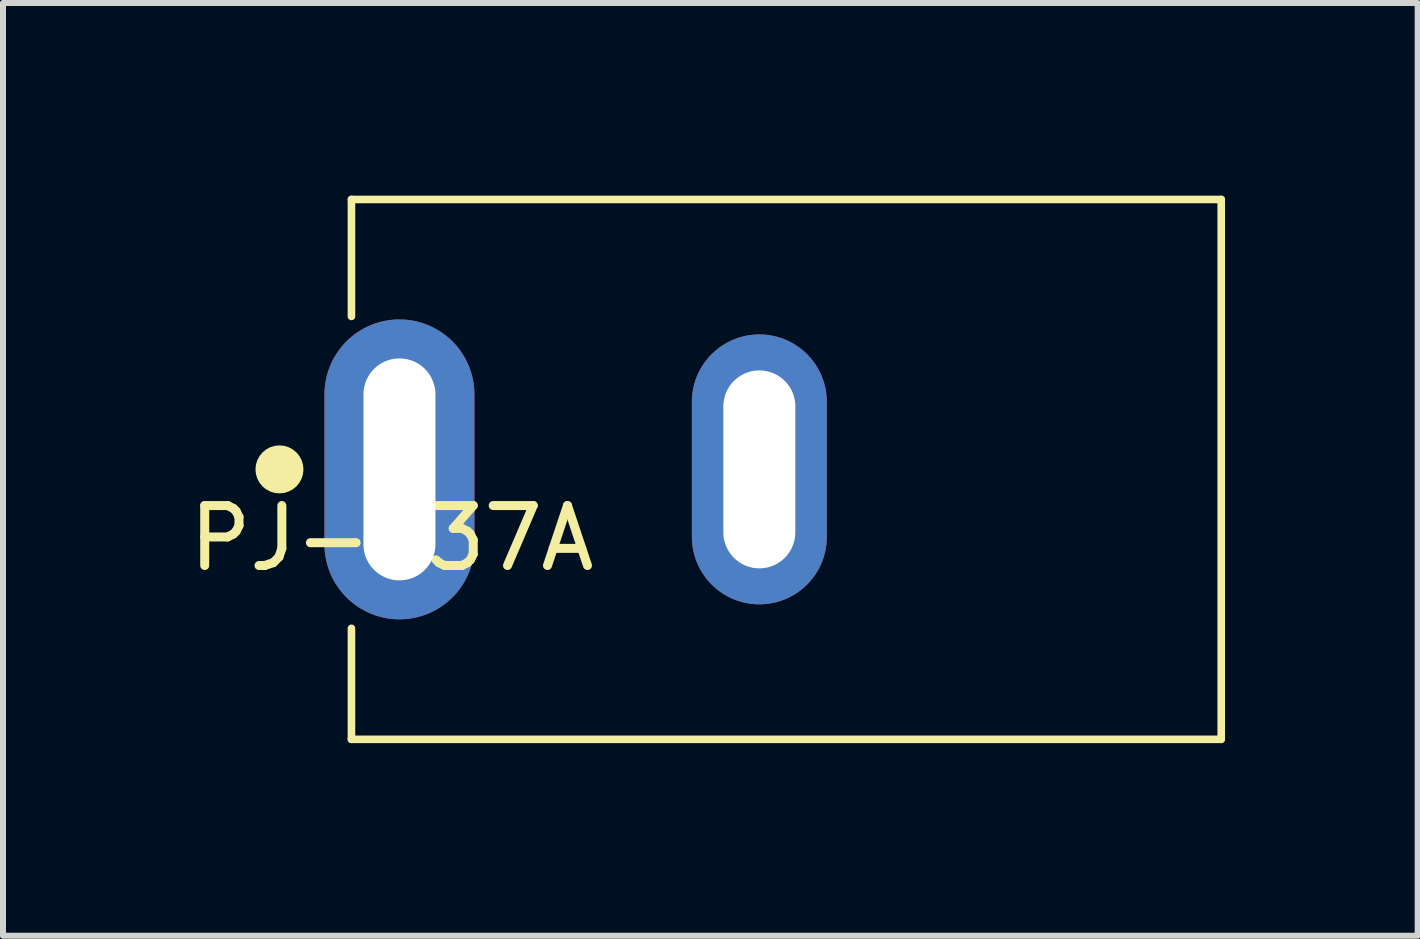
<source format=kicad_pcb>
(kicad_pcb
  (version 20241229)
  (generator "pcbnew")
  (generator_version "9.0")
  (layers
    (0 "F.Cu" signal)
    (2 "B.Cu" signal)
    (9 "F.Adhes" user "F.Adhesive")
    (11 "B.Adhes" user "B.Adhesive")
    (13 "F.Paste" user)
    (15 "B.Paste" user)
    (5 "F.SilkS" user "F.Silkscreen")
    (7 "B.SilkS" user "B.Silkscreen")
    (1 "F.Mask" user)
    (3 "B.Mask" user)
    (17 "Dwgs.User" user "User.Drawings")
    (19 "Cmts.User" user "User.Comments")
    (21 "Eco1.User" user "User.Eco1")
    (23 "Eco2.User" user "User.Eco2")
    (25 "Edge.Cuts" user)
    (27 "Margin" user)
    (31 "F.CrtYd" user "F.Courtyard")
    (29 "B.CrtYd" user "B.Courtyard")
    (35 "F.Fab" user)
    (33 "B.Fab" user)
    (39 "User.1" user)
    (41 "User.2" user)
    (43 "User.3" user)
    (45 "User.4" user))
  (footprint "PJ-037A"
    (layer "F.Cu")
    (at 3.482 5.423)
    (property "Reference" "PJ-037A" (at 0 0.5 0) (layer "F.SilkS") (effects (font (size 1 1) (thickness 0.15))))
    (attr through_hole)
    (fp_line (start -0.673 -5.148) (end 13.827 -5.148) (stroke (width 0.127) (type solid)) (layer "F.SilkS"))
    (fp_line (start -0.673 -3.198) (end -0.673 -5.148) (stroke (width 0.127) (type solid)) (layer "F.SilkS"))
    (fp_line (start -0.673 3.852) (end -0.673 2.002) (stroke (width 0.127) (type solid)) (layer "F.SilkS"))
    (fp_line (start 13.827 -5.148) (end 13.827 3.852) (stroke (width 0.127) (type solid)) (layer "F.SilkS"))
    (fp_line (start 13.827 3.852) (end -0.673 3.852) (stroke (width 0.127) (type solid)) (layer "F.SilkS"))
    (fp_circle (center -1.873 -0.648) (end -1.673 -0.648) (stroke (width 0.4) (type solid)) (fill no) (layer "F.SilkS"))
    (fp_line (start -1.423 -2.898) (end -1.423 1.702) (stroke (width 0.05) (type solid)) (layer "Eco1.User"))
    (fp_line (start -1.423 1.702) (end -0.973 1.702) (stroke (width 0.05) (type solid)) (layer "Eco1.User"))
    (fp_line (start -0.973 -5.398) (end 14.077 -5.398) (stroke (width 0.05) (type solid)) (layer "Eco1.User"))
    (fp_line (start -0.973 -2.898) (end -1.423 -2.898) (stroke (width 0.05) (type solid)) (layer "Eco1.User"))
    (fp_line (start -0.973 -2.898) (end -0.973 -5.398) (stroke (width 0.05) (type solid)) (layer "Eco1.User"))
    (fp_line (start -0.973 4.102) (end -0.973 1.702) (stroke (width 0.05) (type solid)) (layer "Eco1.User"))
    (fp_line (start 14.077 -5.398) (end 14.077 4.102) (stroke (width 0.05) (type solid)) (layer "Eco1.User"))
    (fp_line (start 14.077 4.102) (end -0.973 4.102) (stroke (width 0.05) (type solid)) (layer "Eco1.User"))
    (fp_line (start -0.673 -5.148) (end 13.827 -5.148) (stroke (width 0.127) (type solid)) (layer "Eco2.User"))
    (fp_line (start -0.673 3.852) (end -0.673 -5.148) (stroke (width 0.127) (type solid)) (layer "Eco2.User"))
    (fp_line (start 13.827 -5.148) (end 13.827 3.852) (stroke (width 0.127) (type solid)) (layer "Eco2.User"))
    (fp_line (start 13.827 3.852) (end -0.673 3.852) (stroke (width 0.127) (type solid)) (layer "Eco2.User"))
    (fp_line (start -0.373 -2.398) (end 0.627 -2.398) (stroke (width 0.0001) (type solid)) (layer "Edge.Cuts"))
    (fp_line (start -0.373 1.102) (end -0.373 -2.398) (stroke (width 0.0001) (type solid)) (layer "Edge.Cuts"))
    (fp_line (start 0.627 -2.398) (end 0.627 1.102) (stroke (width 0.0001) (type solid)) (layer "Edge.Cuts"))
    (fp_line (start 0.627 1.102) (end -0.373 1.102) (stroke (width 0.0001) (type solid)) (layer "Edge.Cuts"))
    (fp_line (start 5.627 -2.148) (end 6.627 -2.148) (stroke (width 0.0001) (type solid)) (layer "Edge.Cuts"))
    (fp_line (start 5.627 0.852) (end 5.627 -2.148) (stroke (width 0.0001) (type solid)) (layer "Edge.Cuts"))
    (fp_line (start 6.627 -2.148) (end 6.627 0.852) (stroke (width 0.0001) (type solid)) (layer "Edge.Cuts"))
    (fp_line (start 6.627 0.852) (end 5.627 0.852) (stroke (width 0.0001) (type solid)) (layer "Edge.Cuts"))
    (pad "1" thru_hole oval (at 0.127 -0.648 90) (size 5 2.5) (drill oval 3.7 1.2) (layers "*.Cu" "*.Mask"))
    (pad "2" thru_hole oval (at 6.127 -0.648 90) (size 4.5 2.25) (drill oval 3.3 1.2) (layers "*.Cu" "*.Mask")))
  (gr_rect
    (start -3 -3)
    (end 20.584 12.55)
    (stroke (width 0.1) (type default))
    (fill no)
    (layer "Edge.Cuts")))
</source>
